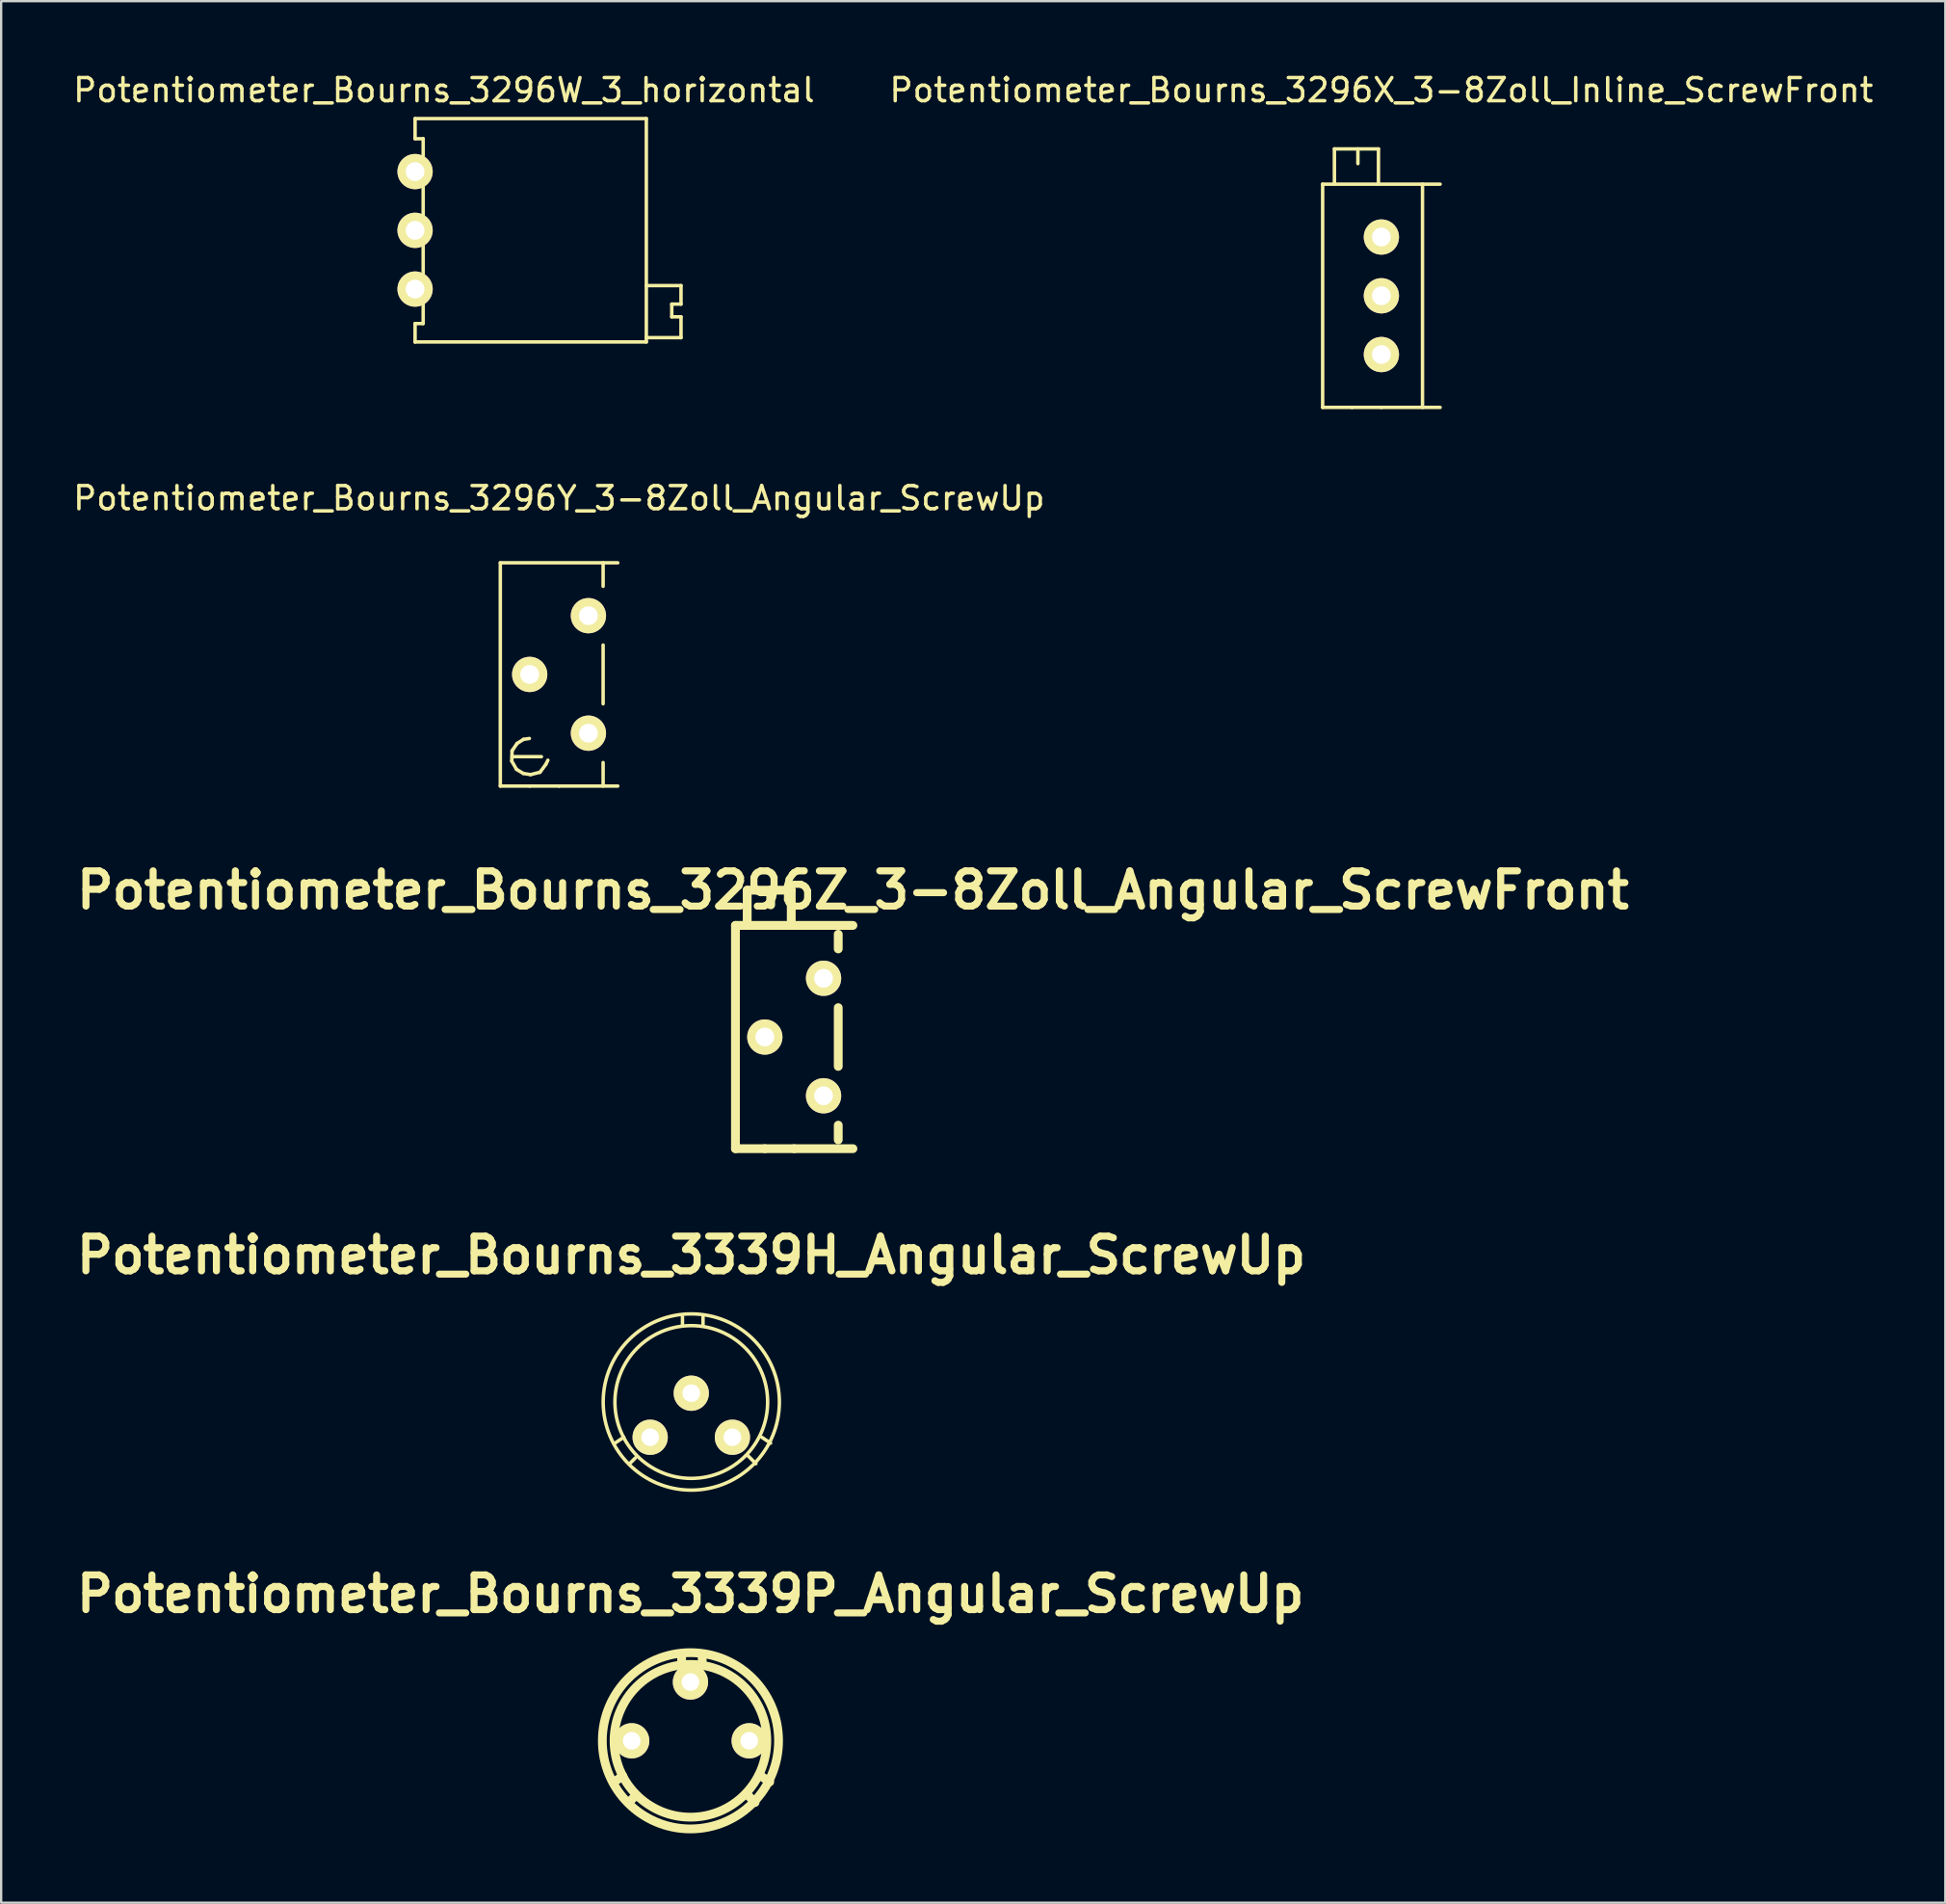
<source format=kicad_pcb>
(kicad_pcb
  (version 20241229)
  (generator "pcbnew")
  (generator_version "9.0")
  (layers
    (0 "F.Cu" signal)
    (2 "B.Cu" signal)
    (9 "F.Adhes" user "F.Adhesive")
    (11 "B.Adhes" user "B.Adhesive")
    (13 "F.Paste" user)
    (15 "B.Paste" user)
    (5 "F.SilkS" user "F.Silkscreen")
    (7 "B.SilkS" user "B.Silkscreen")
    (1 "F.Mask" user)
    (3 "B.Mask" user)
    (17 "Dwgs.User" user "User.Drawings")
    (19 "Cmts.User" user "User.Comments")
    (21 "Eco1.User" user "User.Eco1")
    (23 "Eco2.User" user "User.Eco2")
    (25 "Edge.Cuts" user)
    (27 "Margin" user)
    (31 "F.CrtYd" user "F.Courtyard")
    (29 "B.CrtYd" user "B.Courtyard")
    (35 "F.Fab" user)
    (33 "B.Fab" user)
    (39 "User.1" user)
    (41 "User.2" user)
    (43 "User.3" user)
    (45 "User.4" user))
  (footprint "Potentiometer_Bourns_3296W_3_horizontal"
    (layer "F.Cu")
    (at 14.899 9.448)
    (property "Reference" "Potentiometer_Bourns_3296W_3_horizontal" (at 1.25 -8.6 0) (layer "F.SilkS") (effects (font (size 1 1) (thickness 0.15))))
    (attr through_hole)
    (fp_line (start 0 -7.37) (end 10 -7.37) (stroke (width 0.15) (type solid)) (layer "F.SilkS"))
    (fp_line (start 0 -6.5) (end 0 -7.37) (stroke (width 0.15) (type solid)) (layer "F.SilkS"))
    (fp_line (start 0 1.49) (end 0 2.29) (stroke (width 0.15) (type solid)) (layer "F.SilkS"))
    (fp_line (start 0 2.286) (end 10 2.286) (stroke (width 0.15) (type solid)) (layer "F.SilkS"))
    (fp_line (start 0.35 -6.5) (end 0 -6.5) (stroke (width 0.15) (type solid)) (layer "F.SilkS"))
    (fp_line (start 0.35 1.49) (end 0 1.49) (stroke (width 0.15) (type solid)) (layer "F.SilkS"))
    (fp_line (start 0.35 1.49) (end 0.35 -6.5) (stroke (width 0.15) (type solid)) (layer "F.SilkS"))
    (fp_line (start 10 -7.37) (end 10 2.286) (stroke (width 0.15) (type solid)) (layer "F.SilkS"))
    (fp_line (start 10 2.1) (end 11.5 2.1) (stroke (width 0.15) (type solid)) (layer "F.SilkS"))
    (fp_line (start 11.1 0.65) (end 11.5 0.65) (stroke (width 0.15) (type solid)) (layer "F.SilkS"))
    (fp_line (start 11.1 1.2) (end 11.1 0.65) (stroke (width 0.15) (type solid)) (layer "F.SilkS"))
    (fp_line (start 11.5 -0.15) (end 10 -0.15) (stroke (width 0.15) (type solid)) (layer "F.SilkS"))
    (fp_line (start 11.5 0.65) (end 11.5 -0.15) (stroke (width 0.15) (type solid)) (layer "F.SilkS"))
    (fp_line (start 11.5 1.2) (end 11.1 1.2) (stroke (width 0.15) (type solid)) (layer "F.SilkS"))
    (fp_line (start 11.5 1.2) (end 11.5 2.1) (stroke (width 0.15) (type solid)) (layer "F.SilkS"))
    (pad "1" thru_hole circle (at 0 0) (size 1.524 1.524) (drill 0.813) (layers "*.Cu" "*.Mask" "F.SilkS"))
    (pad "2" thru_hole circle (at 0 -2.54) (size 1.524 1.524) (drill 0.813) (layers "*.Cu" "*.Mask" "F.SilkS"))
    (pad "3" thru_hole circle (at 0 -5.08) (size 1.524 1.524) (drill 0.813) (layers "*.Cu" "*.Mask" "F.SilkS")))
  (footprint "Potentiometer_Bourns_3296X_3-8Zoll_Inline_ScrewFront"
    (layer "F.Cu")
    (at 56.685 12.278)
    (property "Reference" "Potentiometer_Bourns_3296X_3-8Zoll_Inline_ScrewFront" (at 0 -11.43 0) (layer "F.SilkS") (effects (font (size 1 1) (thickness 0.15))))
    (attr through_hole)
    (fp_line (start -2.54 -7.366) (end 2.54 -7.366) (stroke (width 0.15) (type solid)) (layer "F.SilkS"))
    (fp_line (start -2.54 2.286) (end -2.54 -7.366) (stroke (width 0.15) (type solid)) (layer "F.SilkS"))
    (fp_line (start -2.032 -8.89) (end -0.127 -8.89) (stroke (width 0.15) (type solid)) (layer "F.SilkS"))
    (fp_line (start -2.032 -7.366) (end -2.032 -8.89) (stroke (width 0.15) (type solid)) (layer "F.SilkS"))
    (fp_line (start -1.27 2.286) (end -2.54 2.286) (stroke (width 0.15) (type solid)) (layer "F.SilkS"))
    (fp_line (start -1.016 -8.89) (end -1.016 -8.255) (stroke (width 0.15) (type solid)) (layer "F.SilkS"))
    (fp_line (start -0.127 -8.89) (end -0.127 -7.366) (stroke (width 0.15) (type solid)) (layer "F.SilkS"))
    (fp_line (start 0 2.286) (end -1.27 2.286) (stroke (width 0.15) (type solid)) (layer "F.SilkS"))
    (fp_line (start 1.778 -7.366) (end 1.778 2.286) (stroke (width 0.15) (type solid)) (layer "F.SilkS"))
    (fp_line (start 2.54 2.286) (end 0 2.286) (stroke (width 0.15) (type solid)) (layer "F.SilkS"))
    (pad "1" thru_hole circle (at 0 0) (size 1.524 1.524) (drill 0.813) (layers "*.Cu" "*.Mask" "F.SilkS"))
    (pad "2" thru_hole circle (at 0 -2.54) (size 1.524 1.524) (drill 0.813) (layers "*.Cu" "*.Mask" "F.SilkS"))
    (pad "3" thru_hole circle (at 0 -5.08) (size 1.524 1.524) (drill 0.813) (layers "*.Cu" "*.Mask" "F.SilkS")))
  (footprint "Potentiometer_Bourns_3296Z_3-8Zoll_Angular_ScrewFront"
    (layer "F.Cu")
    (at 32.563 44.325)
    (property "Reference" "Potentiometer_Bourns_3296Z_3-8Zoll_Angular_ScrewFront" (at 1.27 -8.89 0) (layer "F.SilkS") (effects (font (size 1.524 1.524) (thickness 0.305))))
    (attr through_hole)
    (fp_line (start -3.81 -7.366) (end 1.27 -7.366) (stroke (width 0.381) (type solid)) (layer "F.SilkS"))
    (fp_line (start -3.81 2.286) (end -3.81 -7.366) (stroke (width 0.381) (type solid)) (layer "F.SilkS"))
    (fp_line (start -3.302 -8.89) (end -1.397 -8.89) (stroke (width 0.381) (type solid)) (layer "F.SilkS"))
    (fp_line (start -3.302 -7.366) (end -3.302 -8.89) (stroke (width 0.381) (type solid)) (layer "F.SilkS"))
    (fp_line (start -2.54 2.286) (end -3.81 2.286) (stroke (width 0.381) (type solid)) (layer "F.SilkS"))
    (fp_line (start -2.286 -8.89) (end -2.286 -8.255) (stroke (width 0.381) (type solid)) (layer "F.SilkS"))
    (fp_line (start -1.397 -8.89) (end -1.397 -7.366) (stroke (width 0.381) (type solid)) (layer "F.SilkS"))
    (fp_line (start -1.27 2.286) (end -2.54 2.286) (stroke (width 0.381) (type solid)) (layer "F.SilkS"))
    (fp_line (start 0.635 -6.985) (end 0.635 -6.35) (stroke (width 0.381) (type solid)) (layer "F.SilkS"))
    (fp_line (start 0.635 -3.81) (end 0.635 -1.27) (stroke (width 0.381) (type solid)) (layer "F.SilkS"))
    (fp_line (start 0.635 1.27) (end 0.635 1.905) (stroke (width 0.381) (type solid)) (layer "F.SilkS"))
    (fp_line (start 1.27 2.286) (end -1.27 2.286) (stroke (width 0.381) (type solid)) (layer "F.SilkS"))
    (pad "1" thru_hole circle (at 0 0) (size 1.524 1.524) (drill 0.813) (layers "*.Cu" "*.Mask" "F.SilkS"))
    (pad "2" thru_hole circle (at -2.54 -2.54) (size 1.524 1.524) (drill 0.813) (layers "*.Cu" "*.Mask" "F.SilkS"))
    (pad "3" thru_hole circle (at 0 -5.08) (size 1.524 1.524) (drill 0.813) (layers "*.Cu" "*.Mask" "F.SilkS")))
  (footprint "Potentiometer_Bourns_3339H_Angular_ScrewUp"
    (layer "F.Cu")
    (at 25.065 59.088)
    (property "Reference" "Potentiometer_Bourns_3339H_Angular_ScrewUp" (at 1.778 -7.874 0) (layer "F.SilkS") (effects (font (size 1.5 1.5) (thickness 0.305))))
    (attr through_hole)
    (fp_line (start -1.524 0.254) (end -1.143 0) (stroke (width 0.15) (type solid)) (layer "F.SilkS"))
    (fp_line (start -0.889 1.143) (end -0.635 0.889) (stroke (width 0.15) (type solid)) (layer "F.SilkS"))
    (fp_line (start 1.397 -4.826) (end 1.397 -5.207) (stroke (width 0.15) (type solid)) (layer "F.SilkS"))
    (fp_line (start 2.286 -4.826) (end 2.286 -5.207) (stroke (width 0.15) (type solid)) (layer "F.SilkS"))
    (fp_line (start 4.572 1.143) (end 4.191 0.762) (stroke (width 0.15) (type solid)) (layer "F.SilkS"))
    (fp_line (start 5.207 0.254) (end 4.826 0) (stroke (width 0.15) (type solid)) (layer "F.SilkS"))
    (fp_circle (center 1.778 -1.524) (end 5.08 -1.524) (stroke (width 0.15) (type solid)) (fill no) (layer "F.SilkS"))
    (fp_circle (center 1.778 -1.524) (end 5.588 -1.524) (stroke (width 0.15) (type solid)) (fill no) (layer "F.SilkS"))
    (pad "1" thru_hole circle (at 0 0) (size 1.524 1.524) (drill 0.762) (layers "*.Cu" "*.Mask" "F.SilkS"))
    (pad "2" thru_hole circle (at 1.778 -1.905) (size 1.524 1.524) (drill 0.762) (layers "*.Cu" "*.Mask" "F.SilkS"))
    (pad "3" thru_hole circle (at 3.556 0) (size 1.524 1.524) (drill 0.762) (layers "*.Cu" "*.Mask" "F.SilkS")))
  (footprint "Potentiometer_Bourns_3339P_Angular_ScrewUp"
    (layer "F.Cu")
    (at 24.267 72.211)
    (property "Reference" "Potentiometer_Bourns_3339P_Angular_ScrewUp" (at 2.54 -6.35 0) (layer "F.SilkS") (effects (font (size 1.5 1.5) (thickness 0.305))))
    (attr through_hole)
    (fp_line (start -0.762 1.778) (end -0.381 1.524) (stroke (width 0.38) (type solid)) (layer "F.SilkS"))
    (fp_line (start -0.127 2.667) (end 0.127 2.413) (stroke (width 0.38) (type solid)) (layer "F.SilkS"))
    (fp_line (start 2.159 -3.302) (end 2.159 -3.683) (stroke (width 0.38) (type solid)) (layer "F.SilkS"))
    (fp_line (start 3.048 -3.302) (end 3.048 -3.683) (stroke (width 0.38) (type solid)) (layer "F.SilkS"))
    (fp_line (start 5.334 2.667) (end 4.953 2.286) (stroke (width 0.38) (type solid)) (layer "F.SilkS"))
    (fp_line (start 5.969 1.778) (end 5.588 1.524) (stroke (width 0.38) (type solid)) (layer "F.SilkS"))
    (fp_circle (center 2.54 0) (end 5.842 0) (stroke (width 0.38) (type solid)) (fill no) (layer "F.SilkS"))
    (fp_circle (center 2.54 0) (end 6.35 0) (stroke (width 0.38) (type solid)) (fill no) (layer "F.SilkS"))
    (pad "1" thru_hole circle (at 0 0) (size 1.524 1.524) (drill 0.762) (layers "*.Cu" "*.Mask" "F.SilkS"))
    (pad "2" thru_hole circle (at 2.54 -2.54) (size 1.524 1.524) (drill 0.762) (layers "*.Cu" "*.Mask" "F.SilkS"))
    (pad "3" thru_hole circle (at 5.08 0) (size 1.524 1.524) (drill 0.762) (layers "*.Cu" "*.Mask" "F.SilkS")))
  (footprint "Potentiometer_Bourns_3296Y_3-8Zoll_Angular_ScrewUp"
    (layer "F.Cu")
    (at 22.395 28.648)
    (property "Reference" "Potentiometer_Bourns_3296Y_3-8Zoll_Angular_ScrewUp" (at -1.27 -10.16 0) (layer "F.SilkS") (effects (font (size 1 1) (thickness 0.15))))
    (attr through_hole)
    (fp_line (start -3.81 -7.366) (end 1.27 -7.366) (stroke (width 0.15) (type solid)) (layer "F.SilkS"))
    (fp_line (start -3.81 2.286) (end -3.81 -7.366) (stroke (width 0.15) (type solid)) (layer "F.SilkS"))
    (fp_line (start -3.315 1.206) (end -3.111 1.562) (stroke (width 0.15) (type solid)) (layer "F.SilkS"))
    (fp_line (start -3.302 0.762) (end -3.315 1.206) (stroke (width 0.15) (type solid)) (layer "F.SilkS"))
    (fp_line (start -3.302 1.016) (end -2.032 1.016) (stroke (width 0.15) (type solid)) (layer "F.SilkS"))
    (fp_line (start -3.111 1.562) (end -2.819 1.74) (stroke (width 0.15) (type solid)) (layer "F.SilkS"))
    (fp_line (start -3.086 0.445) (end -3.302 0.762) (stroke (width 0.15) (type solid)) (layer "F.SilkS"))
    (fp_line (start -2.819 1.74) (end -2.502 1.791) (stroke (width 0.15) (type solid)) (layer "F.SilkS"))
    (fp_line (start -2.807 0.267) (end -3.086 0.445) (stroke (width 0.15) (type solid)) (layer "F.SilkS"))
    (fp_line (start -2.553 0.229) (end -2.807 0.267) (stroke (width 0.15) (type solid)) (layer "F.SilkS"))
    (fp_line (start -2.54 2.286) (end -3.81 2.286) (stroke (width 0.15) (type solid)) (layer "F.SilkS"))
    (fp_line (start -2.502 1.791) (end -2.095 1.689) (stroke (width 0.15) (type solid)) (layer "F.SilkS"))
    (fp_line (start -2.095 1.689) (end -1.841 1.346) (stroke (width 0.15) (type solid)) (layer "F.SilkS"))
    (fp_line (start -1.841 1.346) (end -1.753 1.168) (stroke (width 0.15) (type solid)) (layer "F.SilkS"))
    (fp_line (start -1.27 2.286) (end -2.54 2.286) (stroke (width 0.15) (type solid)) (layer "F.SilkS"))
    (fp_line (start 0.635 -7.366) (end 0.635 -6.35) (stroke (width 0.15) (type solid)) (layer "F.SilkS"))
    (fp_line (start 0.635 -3.81) (end 0.635 -1.27) (stroke (width 0.15) (type solid)) (layer "F.SilkS"))
    (fp_line (start 0.635 1.27) (end 0.635 2.286) (stroke (width 0.15) (type solid)) (layer "F.SilkS"))
    (fp_line (start 1.27 2.286) (end -1.27 2.286) (stroke (width 0.15) (type solid)) (layer "F.SilkS"))
    (pad "1" thru_hole circle (at 0 0) (size 1.524 1.524) (drill 0.813) (layers "*.Cu" "*.Mask" "F.SilkS"))
    (pad "2" thru_hole circle (at -2.54 -2.54) (size 1.524 1.524) (drill 0.813) (layers "*.Cu" "*.Mask" "F.SilkS"))
    (pad "3" thru_hole circle (at 0 -5.08) (size 1.524 1.524) (drill 0.813) (layers "*.Cu" "*.Mask" "F.SilkS")))
  (gr_rect
    (start -3 -3)
    (end 81.071 79.211)
    (stroke (width 0.1) (type default))
    (fill no)
    (layer "Edge.Cuts")))
</source>
